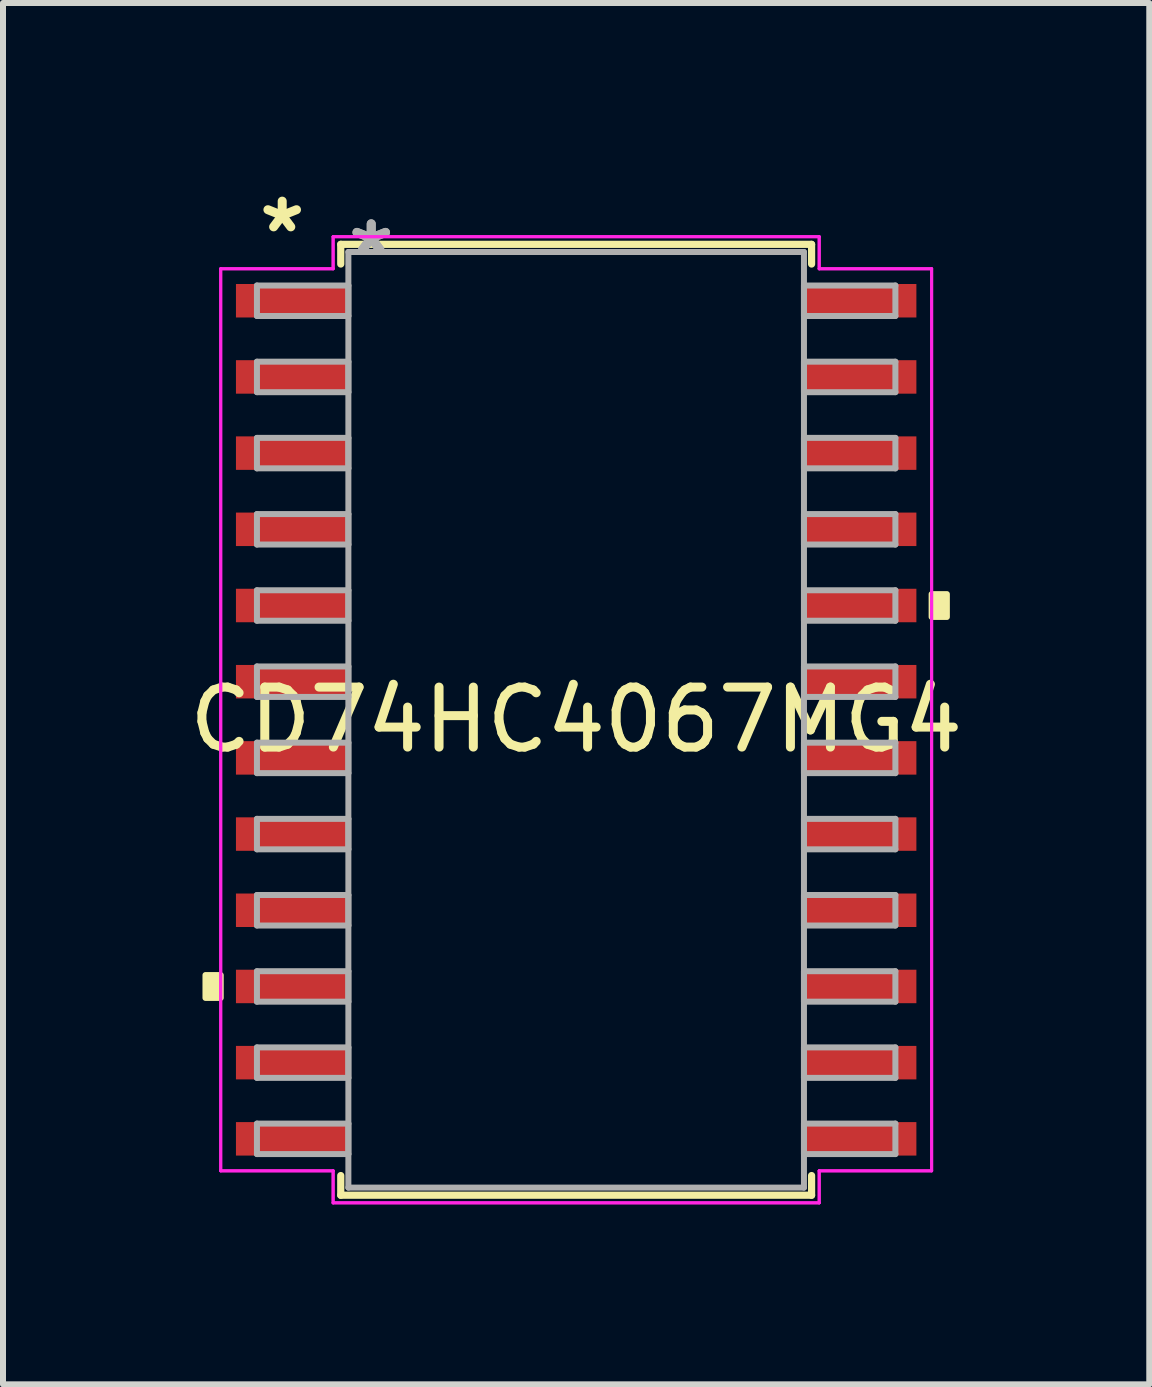
<source format=kicad_pcb>
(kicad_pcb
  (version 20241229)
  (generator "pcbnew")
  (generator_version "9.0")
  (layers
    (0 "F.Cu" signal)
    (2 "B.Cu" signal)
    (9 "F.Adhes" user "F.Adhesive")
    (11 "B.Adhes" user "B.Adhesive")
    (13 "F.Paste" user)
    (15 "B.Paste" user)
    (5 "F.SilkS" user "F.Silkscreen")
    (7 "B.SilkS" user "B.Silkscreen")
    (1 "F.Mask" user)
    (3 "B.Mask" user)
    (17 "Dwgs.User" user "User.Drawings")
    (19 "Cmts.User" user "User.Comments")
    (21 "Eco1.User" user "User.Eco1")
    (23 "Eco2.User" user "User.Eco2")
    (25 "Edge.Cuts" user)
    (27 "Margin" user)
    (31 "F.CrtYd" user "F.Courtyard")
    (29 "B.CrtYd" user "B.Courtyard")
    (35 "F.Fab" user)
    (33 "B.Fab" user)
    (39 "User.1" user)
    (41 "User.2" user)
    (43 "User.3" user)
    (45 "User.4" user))
  (footprint "CD74HC4067MG4"
    (layer "F.Cu")
    (at 6.554 8.948)
    (property "Reference" "CD74HC4067MG4" (at 0 0 0) (layer "F.SilkS") (effects (font (size 1 1) (thickness 0.15))))
    (attr through_hole)
    (fp_line (start -3.924 -7.925) (end -3.924 -7.597) (stroke (width 0.12) (type solid)) (layer "F.SilkS"))
    (fp_line (start -3.924 7.597) (end -3.924 7.925) (stroke (width 0.12) (type solid)) (layer "F.SilkS"))
    (fp_line (start -3.924 7.925) (end 3.924 7.925) (stroke (width 0.12) (type solid)) (layer "F.SilkS"))
    (fp_line (start 3.924 -7.925) (end -3.924 -7.925) (stroke (width 0.12) (type solid)) (layer "F.SilkS"))
    (fp_line (start 3.924 -7.597) (end 3.924 -7.925) (stroke (width 0.12) (type solid)) (layer "F.SilkS"))
    (fp_line (start 3.924 7.925) (end 3.924 7.597) (stroke (width 0.12) (type solid)) (layer "F.SilkS"))
    (fp_poly (pts (xy -6.179 4.255) (xy -6.179 4.636) (xy -5.925 4.636) (xy -5.925 4.255)) (stroke (width 0.1) (type solid)) (fill yes) (layer "F.SilkS"))
    (fp_poly (pts (xy 6.179 -2.095) (xy 6.179 -1.714) (xy 5.925 -1.714) (xy 5.925 -2.095)) (stroke (width 0.1) (type solid)) (fill yes) (layer "F.SilkS"))
    (fp_line (start -5.925 -7.518) (end -4.051 -7.518) (stroke (width 0.05) (type solid)) (layer "F.CrtYd"))
    (fp_line (start -5.925 -7.518) (end -4.051 -7.518) (stroke (width 0.05) (type solid)) (layer "F.CrtYd"))
    (fp_line (start -5.925 7.518) (end -5.925 -7.518) (stroke (width 0.05) (type solid)) (layer "F.CrtYd"))
    (fp_line (start -5.925 7.518) (end -5.925 -7.518) (stroke (width 0.05) (type solid)) (layer "F.CrtYd"))
    (fp_line (start -5.925 7.518) (end -4.051 7.518) (stroke (width 0.05) (type solid)) (layer "F.CrtYd"))
    (fp_line (start -4.051 -8.052) (end 4.051 -8.052) (stroke (width 0.05) (type solid)) (layer "F.CrtYd"))
    (fp_line (start -4.051 -8.052) (end 4.051 -8.052) (stroke (width 0.05) (type solid)) (layer "F.CrtYd"))
    (fp_line (start -4.051 -7.518) (end -4.051 -8.052) (stroke (width 0.05) (type solid)) (layer "F.CrtYd"))
    (fp_line (start -4.051 -7.518) (end -4.051 -8.052) (stroke (width 0.05) (type solid)) (layer "F.CrtYd"))
    (fp_line (start -4.051 7.518) (end -5.925 7.518) (stroke (width 0.05) (type solid)) (layer "F.CrtYd"))
    (fp_line (start -4.051 8.052) (end -4.051 7.518) (stroke (width 0.05) (type solid)) (layer "F.CrtYd"))
    (fp_line (start -4.051 8.052) (end -4.051 7.518) (stroke (width 0.05) (type solid)) (layer "F.CrtYd"))
    (fp_line (start 4.051 -8.052) (end 4.051 -7.518) (stroke (width 0.05) (type solid)) (layer "F.CrtYd"))
    (fp_line (start 4.051 -8.052) (end 4.051 -7.518) (stroke (width 0.05) (type solid)) (layer "F.CrtYd"))
    (fp_line (start 4.051 -7.518) (end 5.925 -7.518) (stroke (width 0.05) (type solid)) (layer "F.CrtYd"))
    (fp_line (start 4.051 7.518) (end 4.051 8.052) (stroke (width 0.05) (type solid)) (layer "F.CrtYd"))
    (fp_line (start 4.051 7.518) (end 4.051 8.052) (stroke (width 0.05) (type solid)) (layer "F.CrtYd"))
    (fp_line (start 4.051 8.052) (end -4.051 8.052) (stroke (width 0.05) (type solid)) (layer "F.CrtYd"))
    (fp_line (start 4.051 8.052) (end -4.051 8.052) (stroke (width 0.05) (type solid)) (layer "F.CrtYd"))
    (fp_line (start 5.925 -7.518) (end 4.051 -7.518) (stroke (width 0.05) (type solid)) (layer "F.CrtYd"))
    (fp_line (start 5.925 -7.518) (end 5.925 7.518) (stroke (width 0.05) (type solid)) (layer "F.CrtYd"))
    (fp_line (start 5.925 -7.518) (end 5.925 7.518) (stroke (width 0.05) (type solid)) (layer "F.CrtYd"))
    (fp_line (start 5.925 7.518) (end 4.051 7.518) (stroke (width 0.05) (type solid)) (layer "F.CrtYd"))
    (fp_line (start 5.925 7.518) (end 4.051 7.518) (stroke (width 0.05) (type solid)) (layer "F.CrtYd"))
    (fp_line (start -5.321 -7.239) (end -5.321 -6.731) (stroke (width 0.1) (type solid)) (layer "F.Fab"))
    (fp_line (start -5.321 -6.731) (end -3.797 -6.731) (stroke (width 0.1) (type solid)) (layer "F.Fab"))
    (fp_line (start -5.321 -5.969) (end -5.321 -5.461) (stroke (width 0.1) (type solid)) (layer "F.Fab"))
    (fp_line (start -5.321 -5.461) (end -3.797 -5.461) (stroke (width 0.1) (type solid)) (layer "F.Fab"))
    (fp_line (start -5.321 -4.699) (end -5.321 -4.191) (stroke (width 0.1) (type solid)) (layer "F.Fab"))
    (fp_line (start -5.321 -4.191) (end -3.797 -4.191) (stroke (width 0.1) (type solid)) (layer "F.Fab"))
    (fp_line (start -5.321 -3.429) (end -5.321 -2.921) (stroke (width 0.1) (type solid)) (layer "F.Fab"))
    (fp_line (start -5.321 -2.921) (end -3.797 -2.921) (stroke (width 0.1) (type solid)) (layer "F.Fab"))
    (fp_line (start -5.321 -2.159) (end -5.321 -1.651) (stroke (width 0.1) (type solid)) (layer "F.Fab"))
    (fp_line (start -5.321 -1.651) (end -3.797 -1.651) (stroke (width 0.1) (type solid)) (layer "F.Fab"))
    (fp_line (start -5.321 -0.889) (end -5.321 -0.381) (stroke (width 0.1) (type solid)) (layer "F.Fab"))
    (fp_line (start -5.321 -0.381) (end -3.797 -0.381) (stroke (width 0.1) (type solid)) (layer "F.Fab"))
    (fp_line (start -5.321 0.381) (end -5.321 0.889) (stroke (width 0.1) (type solid)) (layer "F.Fab"))
    (fp_line (start -5.321 0.889) (end -3.797 0.889) (stroke (width 0.1) (type solid)) (layer "F.Fab"))
    (fp_line (start -5.321 1.651) (end -5.321 2.159) (stroke (width 0.1) (type solid)) (layer "F.Fab"))
    (fp_line (start -5.321 2.159) (end -3.797 2.159) (stroke (width 0.1) (type solid)) (layer "F.Fab"))
    (fp_line (start -5.321 2.921) (end -5.321 3.429) (stroke (width 0.1) (type solid)) (layer "F.Fab"))
    (fp_line (start -5.321 3.429) (end -3.797 3.429) (stroke (width 0.1) (type solid)) (layer "F.Fab"))
    (fp_line (start -5.321 4.191) (end -5.321 4.699) (stroke (width 0.1) (type solid)) (layer "F.Fab"))
    (fp_line (start -5.321 4.699) (end -3.797 4.699) (stroke (width 0.1) (type solid)) (layer "F.Fab"))
    (fp_line (start -5.321 5.461) (end -5.321 5.969) (stroke (width 0.1) (type solid)) (layer "F.Fab"))
    (fp_line (start -5.321 5.969) (end -3.797 5.969) (stroke (width 0.1) (type solid)) (layer "F.Fab"))
    (fp_line (start -5.321 6.731) (end -5.321 7.239) (stroke (width 0.1) (type solid)) (layer "F.Fab"))
    (fp_line (start -5.321 7.239) (end -3.797 7.239) (stroke (width 0.1) (type solid)) (layer "F.Fab"))
    (fp_line (start -3.797 -7.798) (end -3.797 7.798) (stroke (width 0.1) (type solid)) (layer "F.Fab"))
    (fp_line (start -3.797 -7.239) (end -5.321 -7.239) (stroke (width 0.1) (type solid)) (layer "F.Fab"))
    (fp_line (start -3.797 -6.731) (end -3.797 -7.239) (stroke (width 0.1) (type solid)) (layer "F.Fab"))
    (fp_line (start -3.797 -5.969) (end -5.321 -5.969) (stroke (width 0.1) (type solid)) (layer "F.Fab"))
    (fp_line (start -3.797 -5.461) (end -3.797 -5.969) (stroke (width 0.1) (type solid)) (layer "F.Fab"))
    (fp_line (start -3.797 -4.699) (end -5.321 -4.699) (stroke (width 0.1) (type solid)) (layer "F.Fab"))
    (fp_line (start -3.797 -4.191) (end -3.797 -4.699) (stroke (width 0.1) (type solid)) (layer "F.Fab"))
    (fp_line (start -3.797 -3.429) (end -5.321 -3.429) (stroke (width 0.1) (type solid)) (layer "F.Fab"))
    (fp_line (start -3.797 -2.921) (end -3.797 -3.429) (stroke (width 0.1) (type solid)) (layer "F.Fab"))
    (fp_line (start -3.797 -2.159) (end -5.321 -2.159) (stroke (width 0.1) (type solid)) (layer "F.Fab"))
    (fp_line (start -3.797 -1.651) (end -3.797 -2.159) (stroke (width 0.1) (type solid)) (layer "F.Fab"))
    (fp_line (start -3.797 -0.889) (end -5.321 -0.889) (stroke (width 0.1) (type solid)) (layer "F.Fab"))
    (fp_line (start -3.797 -0.381) (end -3.797 -0.889) (stroke (width 0.1) (type solid)) (layer "F.Fab"))
    (fp_line (start -3.797 0.381) (end -5.321 0.381) (stroke (width 0.1) (type solid)) (layer "F.Fab"))
    (fp_line (start -3.797 0.889) (end -3.797 0.381) (stroke (width 0.1) (type solid)) (layer "F.Fab"))
    (fp_line (start -3.797 1.651) (end -5.321 1.651) (stroke (width 0.1) (type solid)) (layer "F.Fab"))
    (fp_line (start -3.797 2.159) (end -3.797 1.651) (stroke (width 0.1) (type solid)) (layer "F.Fab"))
    (fp_line (start -3.797 2.921) (end -5.321 2.921) (stroke (width 0.1) (type solid)) (layer "F.Fab"))
    (fp_line (start -3.797 3.429) (end -3.797 2.921) (stroke (width 0.1) (type solid)) (layer "F.Fab"))
    (fp_line (start -3.797 4.191) (end -5.321 4.191) (stroke (width 0.1) (type solid)) (layer "F.Fab"))
    (fp_line (start -3.797 4.699) (end -3.797 4.191) (stroke (width 0.1) (type solid)) (layer "F.Fab"))
    (fp_line (start -3.797 5.461) (end -5.321 5.461) (stroke (width 0.1) (type solid)) (layer "F.Fab"))
    (fp_line (start -3.797 5.969) (end -3.797 5.461) (stroke (width 0.1) (type solid)) (layer "F.Fab"))
    (fp_line (start -3.797 6.731) (end -5.321 6.731) (stroke (width 0.1) (type solid)) (layer "F.Fab"))
    (fp_line (start -3.797 7.239) (end -3.797 6.731) (stroke (width 0.1) (type solid)) (layer "F.Fab"))
    (fp_line (start -3.797 7.798) (end 3.797 7.798) (stroke (width 0.1) (type solid)) (layer "F.Fab"))
    (fp_line (start 3.797 -7.798) (end -3.797 -7.798) (stroke (width 0.1) (type solid)) (layer "F.Fab"))
    (fp_line (start 3.797 -7.239) (end 3.797 -6.731) (stroke (width 0.1) (type solid)) (layer "F.Fab"))
    (fp_line (start 3.797 -6.731) (end 5.321 -6.731) (stroke (width 0.1) (type solid)) (layer "F.Fab"))
    (fp_line (start 3.797 -5.969) (end 3.797 -5.461) (stroke (width 0.1) (type solid)) (layer "F.Fab"))
    (fp_line (start 3.797 -5.461) (end 5.321 -5.461) (stroke (width 0.1) (type solid)) (layer "F.Fab"))
    (fp_line (start 3.797 -4.699) (end 3.797 -4.191) (stroke (width 0.1) (type solid)) (layer "F.Fab"))
    (fp_line (start 3.797 -4.191) (end 5.321 -4.191) (stroke (width 0.1) (type solid)) (layer "F.Fab"))
    (fp_line (start 3.797 -3.429) (end 3.797 -2.921) (stroke (width 0.1) (type solid)) (layer "F.Fab"))
    (fp_line (start 3.797 -2.921) (end 5.321 -2.921) (stroke (width 0.1) (type solid)) (layer "F.Fab"))
    (fp_line (start 3.797 -2.159) (end 3.797 -1.651) (stroke (width 0.1) (type solid)) (layer "F.Fab"))
    (fp_line (start 3.797 -1.651) (end 5.321 -1.651) (stroke (width 0.1) (type solid)) (layer "F.Fab"))
    (fp_line (start 3.797 -0.889) (end 3.797 -0.381) (stroke (width 0.1) (type solid)) (layer "F.Fab"))
    (fp_line (start 3.797 -0.381) (end 5.321 -0.381) (stroke (width 0.1) (type solid)) (layer "F.Fab"))
    (fp_line (start 3.797 0.381) (end 3.797 0.889) (stroke (width 0.1) (type solid)) (layer "F.Fab"))
    (fp_line (start 3.797 0.889) (end 5.321 0.889) (stroke (width 0.1) (type solid)) (layer "F.Fab"))
    (fp_line (start 3.797 1.651) (end 3.797 2.159) (stroke (width 0.1) (type solid)) (layer "F.Fab"))
    (fp_line (start 3.797 2.159) (end 5.321 2.159) (stroke (width 0.1) (type solid)) (layer "F.Fab"))
    (fp_line (start 3.797 2.921) (end 3.797 3.429) (stroke (width 0.1) (type solid)) (layer "F.Fab"))
    (fp_line (start 3.797 3.429) (end 5.321 3.429) (stroke (width 0.1) (type solid)) (layer "F.Fab"))
    (fp_line (start 3.797 4.191) (end 3.797 4.699) (stroke (width 0.1) (type solid)) (layer "F.Fab"))
    (fp_line (start 3.797 4.699) (end 5.321 4.699) (stroke (width 0.1) (type solid)) (layer "F.Fab"))
    (fp_line (start 3.797 5.461) (end 3.797 5.969) (stroke (width 0.1) (type solid)) (layer "F.Fab"))
    (fp_line (start 3.797 5.969) (end 5.321 5.969) (stroke (width 0.1) (type solid)) (layer "F.Fab"))
    (fp_line (start 3.797 6.731) (end 3.797 7.239) (stroke (width 0.1) (type solid)) (layer "F.Fab"))
    (fp_line (start 3.797 7.239) (end 5.321 7.239) (stroke (width 0.1) (type solid)) (layer "F.Fab"))
    (fp_line (start 3.797 7.798) (end 3.797 -7.798) (stroke (width 0.1) (type solid)) (layer "F.Fab"))
    (fp_line (start 5.321 -7.239) (end 3.797 -7.239) (stroke (width 0.1) (type solid)) (layer "F.Fab"))
    (fp_line (start 5.321 -6.731) (end 5.321 -7.239) (stroke (width 0.1) (type solid)) (layer "F.Fab"))
    (fp_line (start 5.321 -5.969) (end 3.797 -5.969) (stroke (width 0.1) (type solid)) (layer "F.Fab"))
    (fp_line (start 5.321 -5.461) (end 5.321 -5.969) (stroke (width 0.1) (type solid)) (layer "F.Fab"))
    (fp_line (start 5.321 -4.699) (end 3.797 -4.699) (stroke (width 0.1) (type solid)) (layer "F.Fab"))
    (fp_line (start 5.321 -4.191) (end 5.321 -4.699) (stroke (width 0.1) (type solid)) (layer "F.Fab"))
    (fp_line (start 5.321 -3.429) (end 3.797 -3.429) (stroke (width 0.1) (type solid)) (layer "F.Fab"))
    (fp_line (start 5.321 -2.921) (end 5.321 -3.429) (stroke (width 0.1) (type solid)) (layer "F.Fab"))
    (fp_line (start 5.321 -2.159) (end 3.797 -2.159) (stroke (width 0.1) (type solid)) (layer "F.Fab"))
    (fp_line (start 5.321 -1.651) (end 5.321 -2.159) (stroke (width 0.1) (type solid)) (layer "F.Fab"))
    (fp_line (start 5.321 -0.889) (end 3.797 -0.889) (stroke (width 0.1) (type solid)) (layer "F.Fab"))
    (fp_line (start 5.321 -0.381) (end 5.321 -0.889) (stroke (width 0.1) (type solid)) (layer "F.Fab"))
    (fp_line (start 5.321 0.381) (end 3.797 0.381) (stroke (width 0.1) (type solid)) (layer "F.Fab"))
    (fp_line (start 5.321 0.889) (end 5.321 0.381) (stroke (width 0.1) (type solid)) (layer "F.Fab"))
    (fp_line (start 5.321 1.651) (end 3.797 1.651) (stroke (width 0.1) (type solid)) (layer "F.Fab"))
    (fp_line (start 5.321 2.159) (end 5.321 1.651) (stroke (width 0.1) (type solid)) (layer "F.Fab"))
    (fp_line (start 5.321 2.921) (end 3.797 2.921) (stroke (width 0.1) (type solid)) (layer "F.Fab"))
    (fp_line (start 5.321 3.429) (end 5.321 2.921) (stroke (width 0.1) (type solid)) (layer "F.Fab"))
    (fp_line (start 5.321 4.191) (end 3.797 4.191) (stroke (width 0.1) (type solid)) (layer "F.Fab"))
    (fp_line (start 5.321 4.699) (end 5.321 4.191) (stroke (width 0.1) (type solid)) (layer "F.Fab"))
    (fp_line (start 5.321 5.461) (end 3.797 5.461) (stroke (width 0.1) (type solid)) (layer "F.Fab"))
    (fp_line (start 5.321 5.969) (end 5.321 5.461) (stroke (width 0.1) (type solid)) (layer "F.Fab"))
    (fp_line (start 5.321 6.731) (end 3.797 6.731) (stroke (width 0.1) (type solid)) (layer "F.Fab"))
    (fp_line (start 5.321 7.239) (end 5.321 6.731) (stroke (width 0.1) (type solid)) (layer "F.Fab"))
    (fp_text user "*" (at -4.9 -8.1 0) (layer "F.SilkS") (effects (font (size 1 1) (thickness 0.15))))
    (fp_text user "*" (at -3.416 -7.722 0) (layer "F.Fab") (effects (font (size 1 1) (thickness 0.15))))
    (fp_text user "*" (at -3.416 -7.722 0) (layer "F.Fab") (effects (font (size 1 1) (thickness 0.15))))
    (pad "1" smd rect (at -4.734 -6.985) (size 1.874 0.558) (layers "F.Cu" "F.Mask" "F.Paste"))
    (pad "2" smd rect (at -4.734 -5.715) (size 1.874 0.558) (layers "F.Cu" "F.Mask" "F.Paste"))
    (pad "3" smd rect (at -4.734 -4.445) (size 1.874 0.558) (layers "F.Cu" "F.Mask" "F.Paste"))
    (pad "4" smd rect (at -4.734 -3.175) (size 1.874 0.558) (layers "F.Cu" "F.Mask" "F.Paste"))
    (pad "5" smd rect (at -4.734 -1.905) (size 1.874 0.558) (layers "F.Cu" "F.Mask" "F.Paste"))
    (pad "6" smd rect (at -4.734 -0.635) (size 1.874 0.558) (layers "F.Cu" "F.Mask" "F.Paste"))
    (pad "7" smd rect (at -4.734 0.635) (size 1.874 0.558) (layers "F.Cu" "F.Mask" "F.Paste"))
    (pad "8" smd rect (at -4.734 1.905) (size 1.874 0.558) (layers "F.Cu" "F.Mask" "F.Paste"))
    (pad "9" smd rect (at -4.734 3.175) (size 1.874 0.558) (layers "F.Cu" "F.Mask" "F.Paste"))
    (pad "10" smd rect (at -4.734 4.445) (size 1.874 0.558) (layers "F.Cu" "F.Mask" "F.Paste"))
    (pad "11" smd rect (at -4.734 5.715) (size 1.874 0.558) (layers "F.Cu" "F.Mask" "F.Paste"))
    (pad "12" smd rect (at -4.734 6.985) (size 1.874 0.558) (layers "F.Cu" "F.Mask" "F.Paste"))
    (pad "13" smd rect (at 4.734 6.985) (size 1.874 0.558) (layers "F.Cu" "F.Mask" "F.Paste"))
    (pad "14" smd rect (at 4.734 5.715) (size 1.874 0.558) (layers "F.Cu" "F.Mask" "F.Paste"))
    (pad "15" smd rect (at 4.734 4.445) (size 1.874 0.558) (layers "F.Cu" "F.Mask" "F.Paste"))
    (pad "16" smd rect (at 4.734 3.175) (size 1.874 0.558) (layers "F.Cu" "F.Mask" "F.Paste"))
    (pad "17" smd rect (at 4.734 1.905) (size 1.874 0.558) (layers "F.Cu" "F.Mask" "F.Paste"))
    (pad "18" smd rect (at 4.734 0.635) (size 1.874 0.558) (layers "F.Cu" "F.Mask" "F.Paste"))
    (pad "19" smd rect (at 4.734 -0.635) (size 1.874 0.558) (layers "F.Cu" "F.Mask" "F.Paste"))
    (pad "20" smd rect (at 4.734 -1.905) (size 1.874 0.558) (layers "F.Cu" "F.Mask" "F.Paste"))
    (pad "21" smd rect (at 4.734 -3.175) (size 1.874 0.558) (layers "F.Cu" "F.Mask" "F.Paste"))
    (pad "22" smd rect (at 4.734 -4.445) (size 1.874 0.558) (layers "F.Cu" "F.Mask" "F.Paste"))
    (pad "23" smd rect (at 4.734 -5.715) (size 1.874 0.558) (layers "F.Cu" "F.Mask" "F.Paste"))
    (pad "24" smd rect (at 4.734 -6.985) (size 1.874 0.558) (layers "F.Cu" "F.Mask" "F.Paste")))
  (gr_rect
    (start -3 -3)
    (end 16.107 20.025)
    (stroke (width 0.1) (type default))
    (fill no)
    (layer "Edge.Cuts")))
</source>
